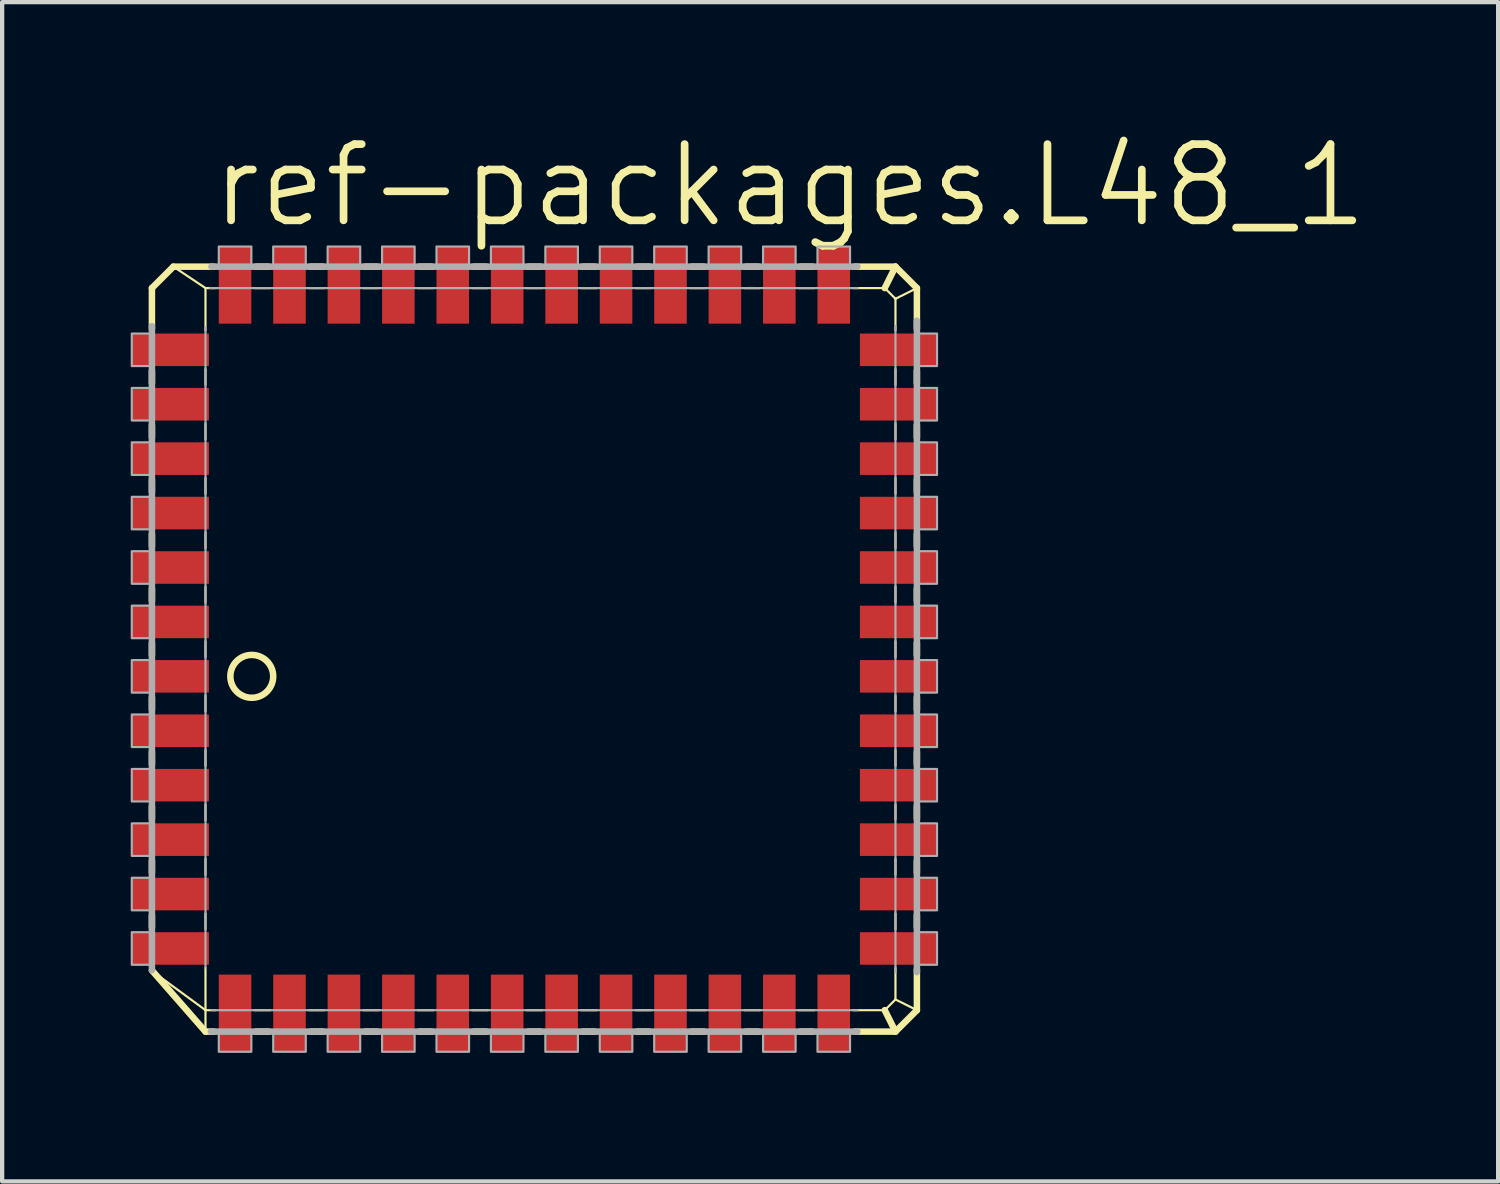
<source format=kicad_pcb>
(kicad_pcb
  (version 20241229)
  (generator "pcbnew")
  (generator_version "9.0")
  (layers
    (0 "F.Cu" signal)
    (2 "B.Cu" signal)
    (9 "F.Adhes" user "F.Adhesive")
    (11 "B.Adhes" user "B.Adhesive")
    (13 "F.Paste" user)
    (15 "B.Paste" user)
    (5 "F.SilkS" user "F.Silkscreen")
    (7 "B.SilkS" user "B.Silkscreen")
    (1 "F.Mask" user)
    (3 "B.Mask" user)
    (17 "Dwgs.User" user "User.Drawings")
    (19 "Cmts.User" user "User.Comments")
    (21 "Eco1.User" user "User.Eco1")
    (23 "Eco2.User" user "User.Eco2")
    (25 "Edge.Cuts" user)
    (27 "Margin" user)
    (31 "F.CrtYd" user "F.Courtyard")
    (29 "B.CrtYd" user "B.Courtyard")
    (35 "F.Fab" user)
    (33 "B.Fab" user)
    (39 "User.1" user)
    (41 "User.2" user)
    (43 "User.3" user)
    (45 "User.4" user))
  (footprint "ref-packages.L48_1"
    (layer "F.Cu")
    (at 8.785 12.732)
    (property "Reference" "ref-packages.L48_1" (at -6.985 -10.414 0) (layer "F.SilkS") (effects (font (size 1.778 1.778) (thickness 0.18)) (justify left bottom)))
    (attr smd)
    (fp_line (start -8.29 -9.06) (end -7.79 -9.56) (stroke (width 0.152) (type default)) (layer "F.SilkS"))
    (fp_line (start -8.29 -8.111) (end -8.29 -9.06) (stroke (width 0.152) (type default)) (layer "F.SilkS"))
    (fp_line (start -8.29 -6.841) (end -8.29 -7.129) (stroke (width 0.152) (type default)) (layer "F.SilkS"))
    (fp_line (start -8.29 -5.571) (end -8.29 -5.859) (stroke (width 0.152) (type default)) (layer "F.SilkS"))
    (fp_line (start -8.29 -4.301) (end -8.29 -4.589) (stroke (width 0.152) (type default)) (layer "F.SilkS"))
    (fp_line (start -8.29 -3.031) (end -8.29 -3.319) (stroke (width 0.152) (type default)) (layer "F.SilkS"))
    (fp_line (start -8.29 -1.761) (end -8.29 -2.049) (stroke (width 0.152) (type default)) (layer "F.SilkS"))
    (fp_line (start -8.29 -0.491) (end -8.29 -0.779) (stroke (width 0.152) (type default)) (layer "F.SilkS"))
    (fp_line (start -8.29 0.779) (end -8.29 0.491) (stroke (width 0.152) (type default)) (layer "F.SilkS"))
    (fp_line (start -8.29 2.049) (end -8.29 1.761) (stroke (width 0.152) (type default)) (layer "F.SilkS"))
    (fp_line (start -8.29 3.319) (end -8.29 3.031) (stroke (width 0.152) (type default)) (layer "F.SilkS"))
    (fp_line (start -8.29 4.589) (end -8.29 4.301) (stroke (width 0.152) (type default)) (layer "F.SilkS"))
    (fp_line (start -8.29 5.859) (end -8.29 5.571) (stroke (width 0.152) (type default)) (layer "F.SilkS"))
    (fp_line (start -7.79 -9.56) (end -7.04 -9.06) (stroke (width 0.051) (type default)) (layer "F.SilkS"))
    (fp_line (start -7.79 -9.56) (end -6.841 -9.56) (stroke (width 0.152) (type default)) (layer "F.SilkS"))
    (fp_line (start -7.04 -9.06) (end -6.801 -9.06) (stroke (width 0.051) (type default)) (layer "F.SilkS"))
    (fp_line (start -7.04 -8.071) (end -7.04 -9.06) (stroke (width 0.051) (type default)) (layer "F.SilkS"))
    (fp_line (start -7.04 -6.801) (end -7.04 -7.169) (stroke (width 0.051) (type default)) (layer "F.SilkS"))
    (fp_line (start -7.04 -5.531) (end -7.04 -5.899) (stroke (width 0.051) (type default)) (layer "F.SilkS"))
    (fp_line (start -7.04 -4.261) (end -7.04 -4.629) (stroke (width 0.051) (type default)) (layer "F.SilkS"))
    (fp_line (start -7.04 -2.991) (end -7.04 -3.359) (stroke (width 0.051) (type default)) (layer "F.SilkS"))
    (fp_line (start -7.04 -1.721) (end -7.04 -2.089) (stroke (width 0.051) (type default)) (layer "F.SilkS"))
    (fp_line (start -7.04 -0.451) (end -7.04 -0.819) (stroke (width 0.051) (type default)) (layer "F.SilkS"))
    (fp_line (start -7.04 0.819) (end -7.04 0.451) (stroke (width 0.051) (type default)) (layer "F.SilkS"))
    (fp_line (start -7.04 2.089) (end -7.04 1.721) (stroke (width 0.051) (type default)) (layer "F.SilkS"))
    (fp_line (start -7.04 3.359) (end -7.04 2.991) (stroke (width 0.051) (type default)) (layer "F.SilkS"))
    (fp_line (start -7.04 4.629) (end -7.04 4.261) (stroke (width 0.051) (type default)) (layer "F.SilkS"))
    (fp_line (start -7.04 5.899) (end -7.04 5.531) (stroke (width 0.051) (type default)) (layer "F.SilkS"))
    (fp_line (start -7.04 7.79) (end -8.279 6.882) (stroke (width 0.051) (type default)) (layer "F.SilkS"))
    (fp_line (start -7.04 7.79) (end -7.04 6.801) (stroke (width 0.051) (type default)) (layer "F.SilkS"))
    (fp_line (start -7.04 8.29) (end -8.29 6.861) (stroke (width 0.152) (type default)) (layer "F.SilkS"))
    (fp_line (start -7.04 8.29) (end -7.04 7.79) (stroke (width 0.051) (type default)) (layer "F.SilkS"))
    (fp_line (start -6.841 8.29) (end -7.04 8.29) (stroke (width 0.152) (type default)) (layer "F.SilkS"))
    (fp_line (start -6.801 7.79) (end -7.04 7.79) (stroke (width 0.051) (type default)) (layer "F.SilkS"))
    (fp_line (start -5.899 -9.06) (end -5.531 -9.06) (stroke (width 0.051) (type default)) (layer "F.SilkS"))
    (fp_line (start -5.859 -9.56) (end -5.571 -9.56) (stroke (width 0.152) (type default)) (layer "F.SilkS"))
    (fp_line (start -5.571 8.29) (end -5.859 8.29) (stroke (width 0.152) (type default)) (layer "F.SilkS"))
    (fp_line (start -5.531 7.79) (end -5.899 7.79) (stroke (width 0.051) (type default)) (layer "F.SilkS"))
    (fp_line (start -4.629 -9.06) (end -4.261 -9.06) (stroke (width 0.051) (type default)) (layer "F.SilkS"))
    (fp_line (start -4.589 -9.56) (end -4.301 -9.56) (stroke (width 0.152) (type default)) (layer "F.SilkS"))
    (fp_line (start -4.301 8.29) (end -4.589 8.29) (stroke (width 0.152) (type default)) (layer "F.SilkS"))
    (fp_line (start -4.261 7.79) (end -4.629 7.79) (stroke (width 0.051) (type default)) (layer "F.SilkS"))
    (fp_line (start -3.359 -9.06) (end -2.991 -9.06) (stroke (width 0.051) (type default)) (layer "F.SilkS"))
    (fp_line (start -3.319 -9.56) (end -3.031 -9.56) (stroke (width 0.152) (type default)) (layer "F.SilkS"))
    (fp_line (start -3.031 8.29) (end -3.319 8.29) (stroke (width 0.152) (type default)) (layer "F.SilkS"))
    (fp_line (start -2.991 7.79) (end -3.359 7.79) (stroke (width 0.051) (type default)) (layer "F.SilkS"))
    (fp_line (start -2.089 -9.06) (end -1.721 -9.06) (stroke (width 0.051) (type default)) (layer "F.SilkS"))
    (fp_line (start -2.049 -9.56) (end -1.761 -9.56) (stroke (width 0.152) (type default)) (layer "F.SilkS"))
    (fp_line (start -1.761 8.29) (end -2.049 8.29) (stroke (width 0.152) (type default)) (layer "F.SilkS"))
    (fp_line (start -1.721 7.79) (end -2.089 7.79) (stroke (width 0.051) (type default)) (layer "F.SilkS"))
    (fp_line (start -0.819 -9.06) (end -0.451 -9.06) (stroke (width 0.051) (type default)) (layer "F.SilkS"))
    (fp_line (start -0.779 -9.56) (end -0.491 -9.56) (stroke (width 0.152) (type default)) (layer "F.SilkS"))
    (fp_line (start -0.491 8.29) (end -0.779 8.29) (stroke (width 0.152) (type default)) (layer "F.SilkS"))
    (fp_line (start -0.451 7.79) (end -0.819 7.79) (stroke (width 0.051) (type default)) (layer "F.SilkS"))
    (fp_line (start 0.451 -9.06) (end 0.819 -9.06) (stroke (width 0.051) (type default)) (layer "F.SilkS"))
    (fp_line (start 0.491 -9.56) (end 0.779 -9.56) (stroke (width 0.152) (type default)) (layer "F.SilkS"))
    (fp_line (start 0.779 8.29) (end 0.491 8.29) (stroke (width 0.152) (type default)) (layer "F.SilkS"))
    (fp_line (start 0.819 7.79) (end 0.451 7.79) (stroke (width 0.051) (type default)) (layer "F.SilkS"))
    (fp_line (start 1.721 -9.06) (end 2.089 -9.06) (stroke (width 0.051) (type default)) (layer "F.SilkS"))
    (fp_line (start 1.761 -9.56) (end 2.049 -9.56) (stroke (width 0.152) (type default)) (layer "F.SilkS"))
    (fp_line (start 2.049 8.29) (end 1.761 8.29) (stroke (width 0.152) (type default)) (layer "F.SilkS"))
    (fp_line (start 2.089 7.79) (end 1.721 7.79) (stroke (width 0.051) (type default)) (layer "F.SilkS"))
    (fp_line (start 2.991 -9.06) (end 3.359 -9.06) (stroke (width 0.051) (type default)) (layer "F.SilkS"))
    (fp_line (start 3.031 -9.56) (end 3.319 -9.56) (stroke (width 0.152) (type default)) (layer "F.SilkS"))
    (fp_line (start 3.319 8.29) (end 3.031 8.29) (stroke (width 0.152) (type default)) (layer "F.SilkS"))
    (fp_line (start 3.359 7.79) (end 2.991 7.79) (stroke (width 0.051) (type default)) (layer "F.SilkS"))
    (fp_line (start 4.261 -9.06) (end 4.629 -9.06) (stroke (width 0.051) (type default)) (layer "F.SilkS"))
    (fp_line (start 4.301 -9.56) (end 4.589 -9.56) (stroke (width 0.152) (type default)) (layer "F.SilkS"))
    (fp_line (start 4.589 8.29) (end 4.301 8.29) (stroke (width 0.152) (type default)) (layer "F.SilkS"))
    (fp_line (start 4.629 7.79) (end 4.261 7.79) (stroke (width 0.051) (type default)) (layer "F.SilkS"))
    (fp_line (start 5.531 -9.06) (end 5.899 -9.06) (stroke (width 0.051) (type default)) (layer "F.SilkS"))
    (fp_line (start 5.571 -9.56) (end 5.859 -9.56) (stroke (width 0.152) (type default)) (layer "F.SilkS"))
    (fp_line (start 5.859 8.29) (end 5.571 8.29) (stroke (width 0.152) (type default)) (layer "F.SilkS"))
    (fp_line (start 5.899 7.79) (end 5.531 7.79) (stroke (width 0.051) (type default)) (layer "F.SilkS"))
    (fp_line (start 6.801 -9.06) (end 7.169 -9.06) (stroke (width 0.051) (type default)) (layer "F.SilkS"))
    (fp_line (start 6.841 -9.56) (end 7.129 -9.56) (stroke (width 0.152) (type default)) (layer "F.SilkS"))
    (fp_line (start 7.129 8.29) (end 6.841 8.29) (stroke (width 0.152) (type default)) (layer "F.SilkS"))
    (fp_line (start 7.169 7.79) (end 6.801 7.79) (stroke (width 0.051) (type default)) (layer "F.SilkS"))
    (fp_line (start 8.071 -9.06) (end 8.81 -9.06) (stroke (width 0.051) (type default)) (layer "F.SilkS"))
    (fp_line (start 8.111 -9.56) (end 9.06 -9.56) (stroke (width 0.152) (type default)) (layer "F.SilkS"))
    (fp_line (start 8.81 -9.06) (end 9.06 -9.56) (stroke (width 0.152) (type default)) (layer "F.SilkS"))
    (fp_line (start 8.81 -9.06) (end 9.06 -8.81) (stroke (width 0.051) (type default)) (layer "F.SilkS"))
    (fp_line (start 8.81 7.79) (end 8.071 7.79) (stroke (width 0.051) (type default)) (layer "F.SilkS"))
    (fp_line (start 9.06 -9.56) (end 9.56 -9.06) (stroke (width 0.152) (type default)) (layer "F.SilkS"))
    (fp_line (start 9.06 -8.81) (end 9.06 -8.071) (stroke (width 0.051) (type default)) (layer "F.SilkS"))
    (fp_line (start 9.06 -8.81) (end 9.56 -9.06) (stroke (width 0.051) (type default)) (layer "F.SilkS"))
    (fp_line (start 9.06 -7.169) (end 9.06 -6.801) (stroke (width 0.051) (type default)) (layer "F.SilkS"))
    (fp_line (start 9.06 -5.899) (end 9.06 -5.531) (stroke (width 0.051) (type default)) (layer "F.SilkS"))
    (fp_line (start 9.06 -4.629) (end 9.06 -4.261) (stroke (width 0.051) (type default)) (layer "F.SilkS"))
    (fp_line (start 9.06 -3.359) (end 9.06 -2.991) (stroke (width 0.051) (type default)) (layer "F.SilkS"))
    (fp_line (start 9.06 -2.089) (end 9.06 -1.721) (stroke (width 0.051) (type default)) (layer "F.SilkS"))
    (fp_line (start 9.06 -0.819) (end 9.06 -0.451) (stroke (width 0.051) (type default)) (layer "F.SilkS"))
    (fp_line (start 9.06 0.451) (end 9.06 0.819) (stroke (width 0.051) (type default)) (layer "F.SilkS"))
    (fp_line (start 9.06 1.721) (end 9.06 2.089) (stroke (width 0.051) (type default)) (layer "F.SilkS"))
    (fp_line (start 9.06 2.991) (end 9.06 3.334) (stroke (width 0.051) (type default)) (layer "F.SilkS"))
    (fp_line (start 9.06 4.261) (end 9.06 4.629) (stroke (width 0.051) (type default)) (layer "F.SilkS"))
    (fp_line (start 9.06 5.531) (end 9.06 5.899) (stroke (width 0.051) (type default)) (layer "F.SilkS"))
    (fp_line (start 9.06 6.801) (end 9.06 7.54) (stroke (width 0.051) (type default)) (layer "F.SilkS"))
    (fp_line (start 9.06 7.54) (end 8.81 7.79) (stroke (width 0.051) (type default)) (layer "F.SilkS"))
    (fp_line (start 9.06 8.29) (end 8.111 8.29) (stroke (width 0.152) (type default)) (layer "F.SilkS"))
    (fp_line (start 9.06 8.29) (end 8.81 7.79) (stroke (width 0.152) (type default)) (layer "F.SilkS"))
    (fp_line (start 9.56 -9.06) (end 9.56 -8.111) (stroke (width 0.152) (type default)) (layer "F.SilkS"))
    (fp_line (start 9.56 -7.129) (end 9.56 -6.841) (stroke (width 0.152) (type default)) (layer "F.SilkS"))
    (fp_line (start 9.56 -5.859) (end 9.56 -5.571) (stroke (width 0.152) (type default)) (layer "F.SilkS"))
    (fp_line (start 9.56 -4.589) (end 9.56 -4.301) (stroke (width 0.152) (type default)) (layer "F.SilkS"))
    (fp_line (start 9.56 -3.319) (end 9.56 -3.031) (stroke (width 0.152) (type default)) (layer "F.SilkS"))
    (fp_line (start 9.56 -2.049) (end 9.56 -1.761) (stroke (width 0.152) (type default)) (layer "F.SilkS"))
    (fp_line (start 9.56 -0.779) (end 9.56 -0.491) (stroke (width 0.152) (type default)) (layer "F.SilkS"))
    (fp_line (start 9.56 0.491) (end 9.56 0.779) (stroke (width 0.152) (type default)) (layer "F.SilkS"))
    (fp_line (start 9.56 1.761) (end 9.56 2.049) (stroke (width 0.152) (type default)) (layer "F.SilkS"))
    (fp_line (start 9.56 3.031) (end 9.56 3.319) (stroke (width 0.152) (type default)) (layer "F.SilkS"))
    (fp_line (start 9.56 4.301) (end 9.56 4.589) (stroke (width 0.152) (type default)) (layer "F.SilkS"))
    (fp_line (start 9.56 5.571) (end 9.56 5.859) (stroke (width 0.152) (type default)) (layer "F.SilkS"))
    (fp_line (start 9.56 6.841) (end 9.56 7.79) (stroke (width 0.152) (type default)) (layer "F.SilkS"))
    (fp_line (start 9.56 7.79) (end 9.06 7.54) (stroke (width 0.051) (type default)) (layer "F.SilkS"))
    (fp_line (start 9.56 7.79) (end 9.06 8.29) (stroke (width 0.152) (type default)) (layer "F.SilkS"))
    (fp_circle (center -5.96 0) (end -5.46 0) (stroke (width 0.152) (type default)) (fill no) (layer "F.SilkS"))
    (fp_line (start -8.29 6.857) (end -8.29 -8.171) (stroke (width 0.152) (type default)) (layer "F.Fab"))
    (fp_line (start -7.04 6.798) (end -7.04 -8.132) (stroke (width 0.051) (type default)) (layer "F.Fab"))
    (fp_line (start -6.936 -9.06) (end 8.175 -9.06) (stroke (width 0.051) (type default)) (layer "F.Fab"))
    (fp_line (start -6.901 -9.56) (end 8.171 -9.56) (stroke (width 0.152) (type default)) (layer "F.Fab"))
    (fp_line (start 8.171 8.29) (end -6.913 8.29) (stroke (width 0.152) (type default)) (layer "F.Fab"))
    (fp_line (start 8.175 7.79) (end -6.906 7.79) (stroke (width 0.051) (type default)) (layer "F.Fab"))
    (fp_line (start 9.06 -8.175) (end 9.06 6.905) (stroke (width 0.051) (type default)) (layer "F.Fab"))
    (fp_line (start 9.56 -8.298) (end 9.56 6.901) (stroke (width 0.152) (type default)) (layer "F.Fab"))
    (fp_rect (start -8.76 -7.24) (end -8.29 -8) (stroke (width 0.05) (type default)) (fill no) (layer "F.Fab"))
    (fp_rect (start -8.76 -5.97) (end -8.29 -6.73) (stroke (width 0.05) (type default)) (fill no) (layer "F.Fab"))
    (fp_rect (start -8.76 -4.7) (end -8.29 -5.46) (stroke (width 0.05) (type default)) (fill no) (layer "F.Fab"))
    (fp_rect (start -8.76 -3.43) (end -8.29 -4.19) (stroke (width 0.05) (type default)) (fill no) (layer "F.Fab"))
    (fp_rect (start -8.76 -2.16) (end -8.29 -2.92) (stroke (width 0.05) (type default)) (fill no) (layer "F.Fab"))
    (fp_rect (start -8.76 -0.89) (end -8.29 -1.65) (stroke (width 0.05) (type default)) (fill no) (layer "F.Fab"))
    (fp_rect (start -8.76 0.38) (end -8.29 -0.38) (stroke (width 0.05) (type default)) (fill no) (layer "F.Fab"))
    (fp_rect (start -8.76 1.65) (end -8.29 0.89) (stroke (width 0.05) (type default)) (fill no) (layer "F.Fab"))
    (fp_rect (start -8.76 2.92) (end -8.29 2.16) (stroke (width 0.05) (type default)) (fill no) (layer "F.Fab"))
    (fp_rect (start -8.76 4.19) (end -8.29 3.43) (stroke (width 0.05) (type default)) (fill no) (layer "F.Fab"))
    (fp_rect (start -8.76 5.46) (end -8.29 4.7) (stroke (width 0.05) (type default)) (fill no) (layer "F.Fab"))
    (fp_rect (start -8.76 6.73) (end -8.29 5.97) (stroke (width 0.05) (type default)) (fill no) (layer "F.Fab"))
    (fp_rect (start -6.73 -9.56) (end -5.97 -10.03) (stroke (width 0.05) (type default)) (fill no) (layer "F.Fab"))
    (fp_rect (start -6.73 8.76) (end -5.97 8.29) (stroke (width 0.05) (type default)) (fill no) (layer "F.Fab"))
    (fp_rect (start -5.46 -9.56) (end -4.7 -10.03) (stroke (width 0.05) (type default)) (fill no) (layer "F.Fab"))
    (fp_rect (start -5.46 8.76) (end -4.7 8.29) (stroke (width 0.05) (type default)) (fill no) (layer "F.Fab"))
    (fp_rect (start -4.19 -9.56) (end -3.43 -10.03) (stroke (width 0.05) (type default)) (fill no) (layer "F.Fab"))
    (fp_rect (start -4.19 8.76) (end -3.43 8.29) (stroke (width 0.05) (type default)) (fill no) (layer "F.Fab"))
    (fp_rect (start -2.92 -9.56) (end -2.16 -10.03) (stroke (width 0.05) (type default)) (fill no) (layer "F.Fab"))
    (fp_rect (start -2.92 8.76) (end -2.16 8.29) (stroke (width 0.05) (type default)) (fill no) (layer "F.Fab"))
    (fp_rect (start -1.65 -9.56) (end -0.89 -10.03) (stroke (width 0.05) (type default)) (fill no) (layer "F.Fab"))
    (fp_rect (start -1.65 8.76) (end -0.89 8.29) (stroke (width 0.05) (type default)) (fill no) (layer "F.Fab"))
    (fp_rect (start -0.38 -9.56) (end 0.38 -10.03) (stroke (width 0.05) (type default)) (fill no) (layer "F.Fab"))
    (fp_rect (start -0.38 8.76) (end 0.38 8.29) (stroke (width 0.05) (type default)) (fill no) (layer "F.Fab"))
    (fp_rect (start 0.89 -9.56) (end 1.65 -10.03) (stroke (width 0.05) (type default)) (fill no) (layer "F.Fab"))
    (fp_rect (start 0.89 8.76) (end 1.65 8.29) (stroke (width 0.05) (type default)) (fill no) (layer "F.Fab"))
    (fp_rect (start 2.16 -9.56) (end 2.92 -10.03) (stroke (width 0.05) (type default)) (fill no) (layer "F.Fab"))
    (fp_rect (start 2.16 8.76) (end 2.92 8.29) (stroke (width 0.05) (type default)) (fill no) (layer "F.Fab"))
    (fp_rect (start 3.43 -9.56) (end 4.19 -10.03) (stroke (width 0.05) (type default)) (fill no) (layer "F.Fab"))
    (fp_rect (start 3.43 8.76) (end 4.19 8.29) (stroke (width 0.05) (type default)) (fill no) (layer "F.Fab"))
    (fp_rect (start 4.7 -9.56) (end 5.46 -10.03) (stroke (width 0.05) (type default)) (fill no) (layer "F.Fab"))
    (fp_rect (start 4.7 8.76) (end 5.46 8.29) (stroke (width 0.05) (type default)) (fill no) (layer "F.Fab"))
    (fp_rect (start 5.97 -9.56) (end 6.73 -10.03) (stroke (width 0.05) (type default)) (fill no) (layer "F.Fab"))
    (fp_rect (start 5.97 8.76) (end 6.73 8.29) (stroke (width 0.05) (type default)) (fill no) (layer "F.Fab"))
    (fp_rect (start 7.24 -9.56) (end 8 -10.03) (stroke (width 0.05) (type default)) (fill no) (layer "F.Fab"))
    (fp_rect (start 7.24 8.76) (end 8 8.29) (stroke (width 0.05) (type default)) (fill no) (layer "F.Fab"))
    (fp_rect (start 9.56 -7.24) (end 10.03 -8) (stroke (width 0.05) (type default)) (fill no) (layer "F.Fab"))
    (fp_rect (start 9.56 -5.97) (end 10.03 -6.73) (stroke (width 0.05) (type default)) (fill no) (layer "F.Fab"))
    (fp_rect (start 9.56 -4.7) (end 10.03 -5.46) (stroke (width 0.05) (type default)) (fill no) (layer "F.Fab"))
    (fp_rect (start 9.56 -3.43) (end 10.03 -4.19) (stroke (width 0.05) (type default)) (fill no) (layer "F.Fab"))
    (fp_rect (start 9.56 -2.16) (end 10.03 -2.92) (stroke (width 0.05) (type default)) (fill no) (layer "F.Fab"))
    (fp_rect (start 9.56 -0.89) (end 10.03 -1.65) (stroke (width 0.05) (type default)) (fill no) (layer "F.Fab"))
    (fp_rect (start 9.56 0.38) (end 10.03 -0.38) (stroke (width 0.05) (type default)) (fill no) (layer "F.Fab"))
    (fp_rect (start 9.56 1.65) (end 10.03 0.89) (stroke (width 0.05) (type default)) (fill no) (layer "F.Fab"))
    (fp_rect (start 9.56 2.92) (end 10.03 2.16) (stroke (width 0.05) (type default)) (fill no) (layer "F.Fab"))
    (fp_rect (start 9.56 4.19) (end 10.03 3.43) (stroke (width 0.05) (type default)) (fill no) (layer "F.Fab"))
    (fp_rect (start 9.56 5.46) (end 10.03 4.7) (stroke (width 0.05) (type default)) (fill no) (layer "F.Fab"))
    (fp_rect (start 9.56 6.73) (end 10.03 5.97) (stroke (width 0.05) (type default)) (fill no) (layer "F.Fab"))
    (pad "1" smd roundrect (at -7.86 0) (size 1.8 0.76) (layers "F.Cu" "F.Mask" "F.Paste") (roundrect_rratio 0.01))
    (pad "2" smd roundrect (at -7.86 1.27) (size 1.8 0.76) (layers "F.Cu" "F.Mask" "F.Paste") (roundrect_rratio 0.01))
    (pad "3" smd roundrect (at -7.86 2.54) (size 1.8 0.76) (layers "F.Cu" "F.Mask" "F.Paste") (roundrect_rratio 0.01))
    (pad "4" smd roundrect (at -7.86 3.81) (size 1.8 0.76) (layers "F.Cu" "F.Mask" "F.Paste") (roundrect_rratio 0.01))
    (pad "5" smd roundrect (at -7.86 5.08) (size 1.8 0.76) (layers "F.Cu" "F.Mask" "F.Paste") (roundrect_rratio 0.01))
    (pad "6" smd roundrect (at -7.86 6.35) (size 1.8 0.76) (layers "F.Cu" "F.Mask" "F.Paste") (roundrect_rratio 0.01))
    (pad "7" smd roundrect (at -6.35 7.86) (size 0.76 1.8) (layers "F.Cu" "F.Mask" "F.Paste") (roundrect_rratio 0.01))
    (pad "8" smd roundrect (at -5.08 7.86) (size 0.76 1.8) (layers "F.Cu" "F.Mask" "F.Paste") (roundrect_rratio 0.01))
    (pad "9" smd roundrect (at -3.81 7.86) (size 0.76 1.8) (layers "F.Cu" "F.Mask" "F.Paste") (roundrect_rratio 0.01))
    (pad "10" smd roundrect (at -2.54 7.86) (size 0.76 1.8) (layers "F.Cu" "F.Mask" "F.Paste") (roundrect_rratio 0.01))
    (pad "11" smd roundrect (at -1.27 7.86) (size 0.76 1.8) (layers "F.Cu" "F.Mask" "F.Paste") (roundrect_rratio 0.01))
    (pad "12" smd roundrect (at 0 7.86) (size 0.76 1.8) (layers "F.Cu" "F.Mask" "F.Paste") (roundrect_rratio 0.01))
    (pad "13" smd roundrect (at 1.27 7.86) (size 0.76 1.8) (layers "F.Cu" "F.Mask" "F.Paste") (roundrect_rratio 0.01))
    (pad "14" smd roundrect (at 2.54 7.86) (size 0.76 1.8) (layers "F.Cu" "F.Mask" "F.Paste") (roundrect_rratio 0.01))
    (pad "15" smd roundrect (at 3.81 7.86) (size 0.76 1.8) (layers "F.Cu" "F.Mask" "F.Paste") (roundrect_rratio 0.01))
    (pad "16" smd roundrect (at 5.08 7.86) (size 0.76 1.8) (layers "F.Cu" "F.Mask" "F.Paste") (roundrect_rratio 0.01))
    (pad "17" smd roundrect (at 6.35 7.86) (size 0.76 1.8) (layers "F.Cu" "F.Mask" "F.Paste") (roundrect_rratio 0.01))
    (pad "18" smd roundrect (at 7.62 7.86) (size 0.76 1.8) (layers "F.Cu" "F.Mask" "F.Paste") (roundrect_rratio 0.01))
    (pad "19" smd roundrect (at 9.13 6.35) (size 1.8 0.76) (layers "F.Cu" "F.Mask" "F.Paste") (roundrect_rratio 0.01))
    (pad "20" smd roundrect (at 9.13 5.08) (size 1.8 0.76) (layers "F.Cu" "F.Mask" "F.Paste") (roundrect_rratio 0.01))
    (pad "21" smd roundrect (at 9.13 3.81) (size 1.8 0.76) (layers "F.Cu" "F.Mask" "F.Paste") (roundrect_rratio 0.01))
    (pad "22" smd roundrect (at 9.13 2.54) (size 1.8 0.76) (layers "F.Cu" "F.Mask" "F.Paste") (roundrect_rratio 0.01))
    (pad "23" smd roundrect (at 9.13 1.27) (size 1.8 0.76) (layers "F.Cu" "F.Mask" "F.Paste") (roundrect_rratio 0.01))
    (pad "24" smd roundrect (at 9.13 0) (size 1.8 0.76) (layers "F.Cu" "F.Mask" "F.Paste") (roundrect_rratio 0.01))
    (pad "25" smd roundrect (at 9.13 -1.27) (size 1.8 0.76) (layers "F.Cu" "F.Mask" "F.Paste") (roundrect_rratio 0.01))
    (pad "26" smd roundrect (at 9.13 -2.54) (size 1.8 0.76) (layers "F.Cu" "F.Mask" "F.Paste") (roundrect_rratio 0.01))
    (pad "27" smd roundrect (at 9.13 -3.81) (size 1.8 0.76) (layers "F.Cu" "F.Mask" "F.Paste") (roundrect_rratio 0.01))
    (pad "28" smd roundrect (at 9.13 -5.08) (size 1.8 0.76) (layers "F.Cu" "F.Mask" "F.Paste") (roundrect_rratio 0.01))
    (pad "29" smd roundrect (at 9.13 -6.35) (size 1.8 0.76) (layers "F.Cu" "F.Mask" "F.Paste") (roundrect_rratio 0.01))
    (pad "30" smd roundrect (at 9.13 -7.62) (size 1.8 0.76) (layers "F.Cu" "F.Mask" "F.Paste") (roundrect_rratio 0.01))
    (pad "31" smd roundrect (at 7.62 -9.13) (size 0.76 1.8) (layers "F.Cu" "F.Mask" "F.Paste") (roundrect_rratio 0.01))
    (pad "32" smd roundrect (at 6.35 -9.13) (size 0.76 1.8) (layers "F.Cu" "F.Mask" "F.Paste") (roundrect_rratio 0.01))
    (pad "33" smd roundrect (at 5.08 -9.13) (size 0.76 1.8) (layers "F.Cu" "F.Mask" "F.Paste") (roundrect_rratio 0.01))
    (pad "34" smd roundrect (at 3.81 -9.13) (size 0.76 1.8) (layers "F.Cu" "F.Mask" "F.Paste") (roundrect_rratio 0.01))
    (pad "35" smd roundrect (at 2.54 -9.13) (size 0.76 1.8) (layers "F.Cu" "F.Mask" "F.Paste") (roundrect_rratio 0.01))
    (pad "36" smd roundrect (at 1.27 -9.13) (size 0.76 1.8) (layers "F.Cu" "F.Mask" "F.Paste") (roundrect_rratio 0.01))
    (pad "37" smd roundrect (at 0 -9.13) (size 0.76 1.8) (layers "F.Cu" "F.Mask" "F.Paste") (roundrect_rratio 0.01))
    (pad "38" smd roundrect (at -1.27 -9.13) (size 0.76 1.8) (layers "F.Cu" "F.Mask" "F.Paste") (roundrect_rratio 0.01))
    (pad "39" smd roundrect (at -2.54 -9.13) (size 0.76 1.8) (layers "F.Cu" "F.Mask" "F.Paste") (roundrect_rratio 0.01))
    (pad "40" smd roundrect (at -3.81 -9.13) (size 0.76 1.8) (layers "F.Cu" "F.Mask" "F.Paste") (roundrect_rratio 0.01))
    (pad "41" smd roundrect (at -5.08 -9.13) (size 0.76 1.8) (layers "F.Cu" "F.Mask" "F.Paste") (roundrect_rratio 0.01))
    (pad "42" smd roundrect (at -6.35 -9.13) (size 0.76 1.8) (layers "F.Cu" "F.Mask" "F.Paste") (roundrect_rratio 0.01))
    (pad "43" smd roundrect (at -7.86 -7.62) (size 1.8 0.76) (layers "F.Cu" "F.Mask" "F.Paste") (roundrect_rratio 0.01))
    (pad "44" smd roundrect (at -7.86 -6.35) (size 1.8 0.76) (layers "F.Cu" "F.Mask" "F.Paste") (roundrect_rratio 0.01))
    (pad "45" smd roundrect (at -7.86 -5.08) (size 1.8 0.76) (layers "F.Cu" "F.Mask" "F.Paste") (roundrect_rratio 0.01))
    (pad "46" smd roundrect (at -7.86 -3.81) (size 1.8 0.76) (layers "F.Cu" "F.Mask" "F.Paste") (roundrect_rratio 0.01))
    (pad "47" smd roundrect (at -7.86 -2.54) (size 1.8 0.76) (layers "F.Cu" "F.Mask" "F.Paste") (roundrect_rratio 0.01))
    (pad "48" smd roundrect (at -7.86 -1.27) (size 1.8 0.76) (layers "F.Cu" "F.Mask" "F.Paste") (roundrect_rratio 0.01)))
  (gr_rect
    (start -3 -3)
    (end 31.908 24.517)
    (stroke (width 0.1) (type default))
    (fill no)
    (layer "Edge.Cuts")))
</source>
